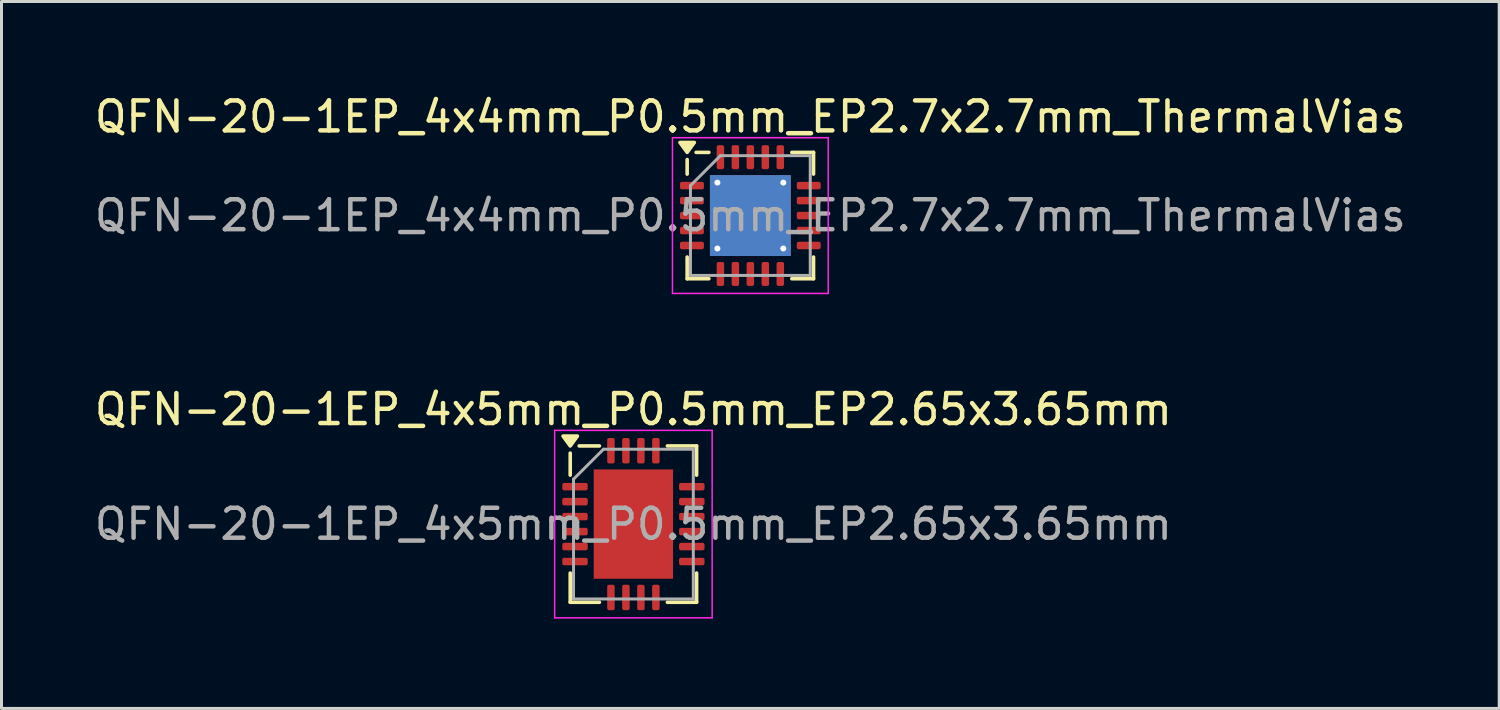
<source format=kicad_pcb>
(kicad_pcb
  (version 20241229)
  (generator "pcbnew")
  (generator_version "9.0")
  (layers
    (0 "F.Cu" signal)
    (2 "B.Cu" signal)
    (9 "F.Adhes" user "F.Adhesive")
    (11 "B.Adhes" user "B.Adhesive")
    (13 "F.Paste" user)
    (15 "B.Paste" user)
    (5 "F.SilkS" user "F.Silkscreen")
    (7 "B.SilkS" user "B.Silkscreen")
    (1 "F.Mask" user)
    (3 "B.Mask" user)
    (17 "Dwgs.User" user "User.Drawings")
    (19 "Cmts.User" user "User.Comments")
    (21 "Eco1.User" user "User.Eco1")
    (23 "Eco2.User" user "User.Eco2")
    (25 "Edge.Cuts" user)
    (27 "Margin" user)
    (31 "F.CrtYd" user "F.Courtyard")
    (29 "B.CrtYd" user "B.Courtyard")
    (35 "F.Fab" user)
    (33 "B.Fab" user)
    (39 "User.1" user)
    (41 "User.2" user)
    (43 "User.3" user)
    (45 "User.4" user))
  (footprint "QFN-20-1EP_4x4mm_P0.5mm_EP2.7x2.7mm_ThermalVias"
    (layer "F.Cu")
    (at 22.006 4.148)
    (property "Reference" "QFN-20-1EP_4x4mm_P0.5mm_EP2.7x2.7mm_ThermalVias" (at 0 -3.3 0) (layer "F.SilkS") (effects (font (size 1 1) (thickness 0.15))))
    (attr smd)
    (fp_line (start -2.11 -1.385) (end -2.11 -1.87) (stroke (width 0.12) (type solid)) (layer "F.SilkS"))
    (fp_line (start -2.11 2.11) (end -2.11 1.385) (stroke (width 0.12) (type solid)) (layer "F.SilkS"))
    (fp_line (start -1.385 -2.11) (end -1.81 -2.11) (stroke (width 0.12) (type solid)) (layer "F.SilkS"))
    (fp_line (start -1.385 2.11) (end -2.11 2.11) (stroke (width 0.12) (type solid)) (layer "F.SilkS"))
    (fp_line (start 1.385 -2.11) (end 2.11 -2.11) (stroke (width 0.12) (type solid)) (layer "F.SilkS"))
    (fp_line (start 1.385 2.11) (end 2.11 2.11) (stroke (width 0.12) (type solid)) (layer "F.SilkS"))
    (fp_line (start 2.11 -2.11) (end 2.11 -1.385) (stroke (width 0.12) (type solid)) (layer "F.SilkS"))
    (fp_line (start 2.11 2.11) (end 2.11 1.385) (stroke (width 0.12) (type solid)) (layer "F.SilkS"))
    (fp_poly (pts (xy -2.11 -2.11) (xy -2.35 -2.44) (xy -1.87 -2.44) (xy -2.11 -2.11)) (stroke (width 0.12) (type solid)) (fill yes) (layer "F.SilkS"))
    (fp_line (start -2.6 -2.6) (end -2.6 2.6) (stroke (width 0.05) (type solid)) (layer "F.CrtYd"))
    (fp_line (start -2.6 2.6) (end 2.6 2.6) (stroke (width 0.05) (type solid)) (layer "F.CrtYd"))
    (fp_line (start 2.6 -2.6) (end -2.6 -2.6) (stroke (width 0.05) (type solid)) (layer "F.CrtYd"))
    (fp_line (start 2.6 2.6) (end 2.6 -2.6) (stroke (width 0.05) (type solid)) (layer "F.CrtYd"))
    (fp_line (start -2 -1) (end -1 -2) (stroke (width 0.1) (type solid)) (layer "F.Fab"))
    (fp_line (start -2 2) (end -2 -1) (stroke (width 0.1) (type solid)) (layer "F.Fab"))
    (fp_line (start -1 -2) (end 2 -2) (stroke (width 0.1) (type solid)) (layer "F.Fab"))
    (fp_line (start 2 -2) (end 2 2) (stroke (width 0.1) (type solid)) (layer "F.Fab"))
    (fp_line (start 2 2) (end -2 2) (stroke (width 0.1) (type solid)) (layer "F.Fab"))
    (fp_text user "${REFERENCE}" (at 0 0 0) (layer "F.Fab") (effects (font (size 1 1) (thickness 0.15))))
    (pad "" smd roundrect (at -0.675 -0.675) (size 1.17 1.17) (layers "F.Paste") (roundrect_rratio 0.214))
    (pad "" smd roundrect (at -0.675 0.675) (size 1.17 1.17) (layers "F.Paste") (roundrect_rratio 0.214))
    (pad "" smd roundrect (at 0.675 -0.675) (size 1.17 1.17) (layers "F.Paste") (roundrect_rratio 0.214))
    (pad "" smd roundrect (at 0.675 0.675) (size 1.17 1.17) (layers "F.Paste") (roundrect_rratio 0.214))
    (pad "1" smd roundrect (at -1.95 -1) (size 0.8 0.25) (layers "F.Cu" "F.Mask" "F.Paste") (roundrect_rratio 0.25))
    (pad "2" smd roundrect (at -1.95 -0.5) (size 0.8 0.25) (layers "F.Cu" "F.Mask" "F.Paste") (roundrect_rratio 0.25))
    (pad "3" smd roundrect (at -1.95 0) (size 0.8 0.25) (layers "F.Cu" "F.Mask" "F.Paste") (roundrect_rratio 0.25))
    (pad "4" smd roundrect (at -1.95 0.5) (size 0.8 0.25) (layers "F.Cu" "F.Mask" "F.Paste") (roundrect_rratio 0.25))
    (pad "5" smd roundrect (at -1.95 1) (size 0.8 0.25) (layers "F.Cu" "F.Mask" "F.Paste") (roundrect_rratio 0.25))
    (pad "6" smd roundrect (at -1 1.95) (size 0.25 0.8) (layers "F.Cu" "F.Mask" "F.Paste") (roundrect_rratio 0.25))
    (pad "7" smd roundrect (at -0.5 1.95) (size 0.25 0.8) (layers "F.Cu" "F.Mask" "F.Paste") (roundrect_rratio 0.25))
    (pad "8" smd roundrect (at 0 1.95) (size 0.25 0.8) (layers "F.Cu" "F.Mask" "F.Paste") (roundrect_rratio 0.25))
    (pad "9" smd roundrect (at 0.5 1.95) (size 0.25 0.8) (layers "F.Cu" "F.Mask" "F.Paste") (roundrect_rratio 0.25))
    (pad "10" smd roundrect (at 1 1.95) (size 0.25 0.8) (layers "F.Cu" "F.Mask" "F.Paste") (roundrect_rratio 0.25))
    (pad "11" smd roundrect (at 1.95 1) (size 0.8 0.25) (layers "F.Cu" "F.Mask" "F.Paste") (roundrect_rratio 0.25))
    (pad "12" smd roundrect (at 1.95 0.5) (size 0.8 0.25) (layers "F.Cu" "F.Mask" "F.Paste") (roundrect_rratio 0.25))
    (pad "13" smd roundrect (at 1.95 0) (size 0.8 0.25) (layers "F.Cu" "F.Mask" "F.Paste") (roundrect_rratio 0.25))
    (pad "14" smd roundrect (at 1.95 -0.5) (size 0.8 0.25) (layers "F.Cu" "F.Mask" "F.Paste") (roundrect_rratio 0.25))
    (pad "15" smd roundrect (at 1.95 -1) (size 0.8 0.25) (layers "F.Cu" "F.Mask" "F.Paste") (roundrect_rratio 0.25))
    (pad "16" smd roundrect (at 1 -1.95) (size 0.25 0.8) (layers "F.Cu" "F.Mask" "F.Paste") (roundrect_rratio 0.25))
    (pad "17" smd roundrect (at 0.5 -1.95) (size 0.25 0.8) (layers "F.Cu" "F.Mask" "F.Paste") (roundrect_rratio 0.25))
    (pad "18" smd roundrect (at 0 -1.95) (size 0.25 0.8) (layers "F.Cu" "F.Mask" "F.Paste") (roundrect_rratio 0.25))
    (pad "19" smd roundrect (at -0.5 -1.95) (size 0.25 0.8) (layers "F.Cu" "F.Mask" "F.Paste") (roundrect_rratio 0.25))
    (pad "20" smd roundrect (at -1 -1.95) (size 0.25 0.8) (layers "F.Cu" "F.Mask" "F.Paste") (roundrect_rratio 0.25))
    (pad "21" thru_hole circle (at -1.1 -1.1) (size 0.5 0.5) (drill 0.2) (property pad_prop_heatsink) (layers "*.Cu"))
    (pad "21" thru_hole circle (at -1.1 1.1) (size 0.5 0.5) (drill 0.2) (property pad_prop_heatsink) (layers "*.Cu"))
    (pad "21" smd rect (at 0 0) (size 2.7 2.7) (property pad_prop_heatsink) (layers "F.Cu" "F.Mask"))
    (pad "21" smd rect (at 0 0) (size 2.7 2.7) (property pad_prop_heatsink) (layers "B.Cu"))
    (pad "21" thru_hole circle (at 1.1 -1.1) (size 0.5 0.5) (drill 0.2) (property pad_prop_heatsink) (layers "*.Cu"))
    (pad "21" thru_hole circle (at 1.1 1.1) (size 0.5 0.5) (drill 0.2) (property pad_prop_heatsink) (layers "*.Cu")))
  (footprint "QFN-20-1EP_4x5mm_P0.5mm_EP2.65x3.65mm"
    (layer "F.Cu")
    (at 18.101 14.451)
    (property "Reference" "QFN-20-1EP_4x5mm_P0.5mm_EP2.65x3.65mm" (at 0 -3.83 0) (layer "F.SilkS") (effects (font (size 1 1) (thickness 0.15))))
    (attr smd)
    (fp_line (start -2.11 -1.635) (end -2.11 -2.37) (stroke (width 0.12) (type solid)) (layer "F.SilkS"))
    (fp_line (start -2.11 2.61) (end -2.11 1.635) (stroke (width 0.12) (type solid)) (layer "F.SilkS"))
    (fp_line (start -1.135 -2.61) (end -1.81 -2.61) (stroke (width 0.12) (type solid)) (layer "F.SilkS"))
    (fp_line (start -1.135 2.61) (end -2.11 2.61) (stroke (width 0.12) (type solid)) (layer "F.SilkS"))
    (fp_line (start 1.135 -2.61) (end 2.11 -2.61) (stroke (width 0.12) (type solid)) (layer "F.SilkS"))
    (fp_line (start 1.135 2.61) (end 2.11 2.61) (stroke (width 0.12) (type solid)) (layer "F.SilkS"))
    (fp_line (start 2.11 -2.61) (end 2.11 -1.635) (stroke (width 0.12) (type solid)) (layer "F.SilkS"))
    (fp_line (start 2.11 2.61) (end 2.11 1.635) (stroke (width 0.12) (type solid)) (layer "F.SilkS"))
    (fp_poly (pts (xy -2.11 -2.61) (xy -2.35 -2.94) (xy -1.87 -2.94) (xy -2.11 -2.61)) (stroke (width 0.12) (type solid)) (fill yes) (layer "F.SilkS"))
    (fp_line (start -2.63 -3.13) (end -2.63 3.13) (stroke (width 0.05) (type solid)) (layer "F.CrtYd"))
    (fp_line (start -2.63 3.13) (end 2.63 3.13) (stroke (width 0.05) (type solid)) (layer "F.CrtYd"))
    (fp_line (start 2.63 -3.13) (end -2.63 -3.13) (stroke (width 0.05) (type solid)) (layer "F.CrtYd"))
    (fp_line (start 2.63 3.13) (end 2.63 -3.13) (stroke (width 0.05) (type solid)) (layer "F.CrtYd"))
    (fp_line (start -2 -1.5) (end -1 -2.5) (stroke (width 0.1) (type solid)) (layer "F.Fab"))
    (fp_line (start -2 2.5) (end -2 -1.5) (stroke (width 0.1) (type solid)) (layer "F.Fab"))
    (fp_line (start -1 -2.5) (end 2 -2.5) (stroke (width 0.1) (type solid)) (layer "F.Fab"))
    (fp_line (start 2 -2.5) (end 2 2.5) (stroke (width 0.1) (type solid)) (layer "F.Fab"))
    (fp_line (start 2 2.5) (end -2 2.5) (stroke (width 0.1) (type solid)) (layer "F.Fab"))
    (fp_text user "${REFERENCE}" (at 0 0 0) (layer "F.Fab") (effects (font (size 1 1) (thickness 0.15))))
    (pad "" smd roundrect (at -0.66 -1.22) (size 1.07 0.98) (layers "F.Paste") (roundrect_rratio 0.25))
    (pad "" smd roundrect (at -0.66 0) (size 1.07 0.98) (layers "F.Paste") (roundrect_rratio 0.25))
    (pad "" smd roundrect (at -0.66 1.22) (size 1.07 0.98) (layers "F.Paste") (roundrect_rratio 0.25))
    (pad "" smd roundrect (at 0.66 -1.22) (size 1.07 0.98) (layers "F.Paste") (roundrect_rratio 0.25))
    (pad "" smd roundrect (at 0.66 0) (size 1.07 0.98) (layers "F.Paste") (roundrect_rratio 0.25))
    (pad "" smd roundrect (at 0.66 1.22) (size 1.07 0.98) (layers "F.Paste") (roundrect_rratio 0.25))
    (pad "1" smd roundrect (at -1.95 -1.25) (size 0.85 0.25) (layers "F.Cu" "F.Mask" "F.Paste") (roundrect_rratio 0.25))
    (pad "2" smd roundrect (at -1.95 -0.75) (size 0.85 0.25) (layers "F.Cu" "F.Mask" "F.Paste") (roundrect_rratio 0.25))
    (pad "3" smd roundrect (at -1.95 -0.25) (size 0.85 0.25) (layers "F.Cu" "F.Mask" "F.Paste") (roundrect_rratio 0.25))
    (pad "4" smd roundrect (at -1.95 0.25) (size 0.85 0.25) (layers "F.Cu" "F.Mask" "F.Paste") (roundrect_rratio 0.25))
    (pad "5" smd roundrect (at -1.95 0.75) (size 0.85 0.25) (layers "F.Cu" "F.Mask" "F.Paste") (roundrect_rratio 0.25))
    (pad "6" smd roundrect (at -1.95 1.25) (size 0.85 0.25) (layers "F.Cu" "F.Mask" "F.Paste") (roundrect_rratio 0.25))
    (pad "7" smd roundrect (at -0.75 2.45) (size 0.25 0.85) (layers "F.Cu" "F.Mask" "F.Paste") (roundrect_rratio 0.25))
    (pad "8" smd roundrect (at -0.25 2.45) (size 0.25 0.85) (layers "F.Cu" "F.Mask" "F.Paste") (roundrect_rratio 0.25))
    (pad "9" smd roundrect (at 0.25 2.45) (size 0.25 0.85) (layers "F.Cu" "F.Mask" "F.Paste") (roundrect_rratio 0.25))
    (pad "10" smd roundrect (at 0.75 2.45) (size 0.25 0.85) (layers "F.Cu" "F.Mask" "F.Paste") (roundrect_rratio 0.25))
    (pad "11" smd roundrect (at 1.95 1.25) (size 0.85 0.25) (layers "F.Cu" "F.Mask" "F.Paste") (roundrect_rratio 0.25))
    (pad "12" smd roundrect (at 1.95 0.75) (size 0.85 0.25) (layers "F.Cu" "F.Mask" "F.Paste") (roundrect_rratio 0.25))
    (pad "13" smd roundrect (at 1.95 0.25) (size 0.85 0.25) (layers "F.Cu" "F.Mask" "F.Paste") (roundrect_rratio 0.25))
    (pad "14" smd roundrect (at 1.95 -0.25) (size 0.85 0.25) (layers "F.Cu" "F.Mask" "F.Paste") (roundrect_rratio 0.25))
    (pad "15" smd roundrect (at 1.95 -0.75) (size 0.85 0.25) (layers "F.Cu" "F.Mask" "F.Paste") (roundrect_rratio 0.25))
    (pad "16" smd roundrect (at 1.95 -1.25) (size 0.85 0.25) (layers "F.Cu" "F.Mask" "F.Paste") (roundrect_rratio 0.25))
    (pad "17" smd roundrect (at 0.75 -2.45) (size 0.25 0.85) (layers "F.Cu" "F.Mask" "F.Paste") (roundrect_rratio 0.25))
    (pad "18" smd roundrect (at 0.25 -2.45) (size 0.25 0.85) (layers "F.Cu" "F.Mask" "F.Paste") (roundrect_rratio 0.25))
    (pad "19" smd roundrect (at -0.25 -2.45) (size 0.25 0.85) (layers "F.Cu" "F.Mask" "F.Paste") (roundrect_rratio 0.25))
    (pad "20" smd roundrect (at -0.75 -2.45) (size 0.25 0.85) (layers "F.Cu" "F.Mask" "F.Paste") (roundrect_rratio 0.25))
    (pad "21" smd rect (at 0 0) (size 2.65 3.65) (property pad_prop_heatsink) (layers "F.Cu" "F.Mask")))
  (gr_rect
    (start -3 -3)
    (end 47.012 20.607)
    (stroke (width 0.1) (type default))
    (fill no)
    (layer "Edge.Cuts")))
</source>
